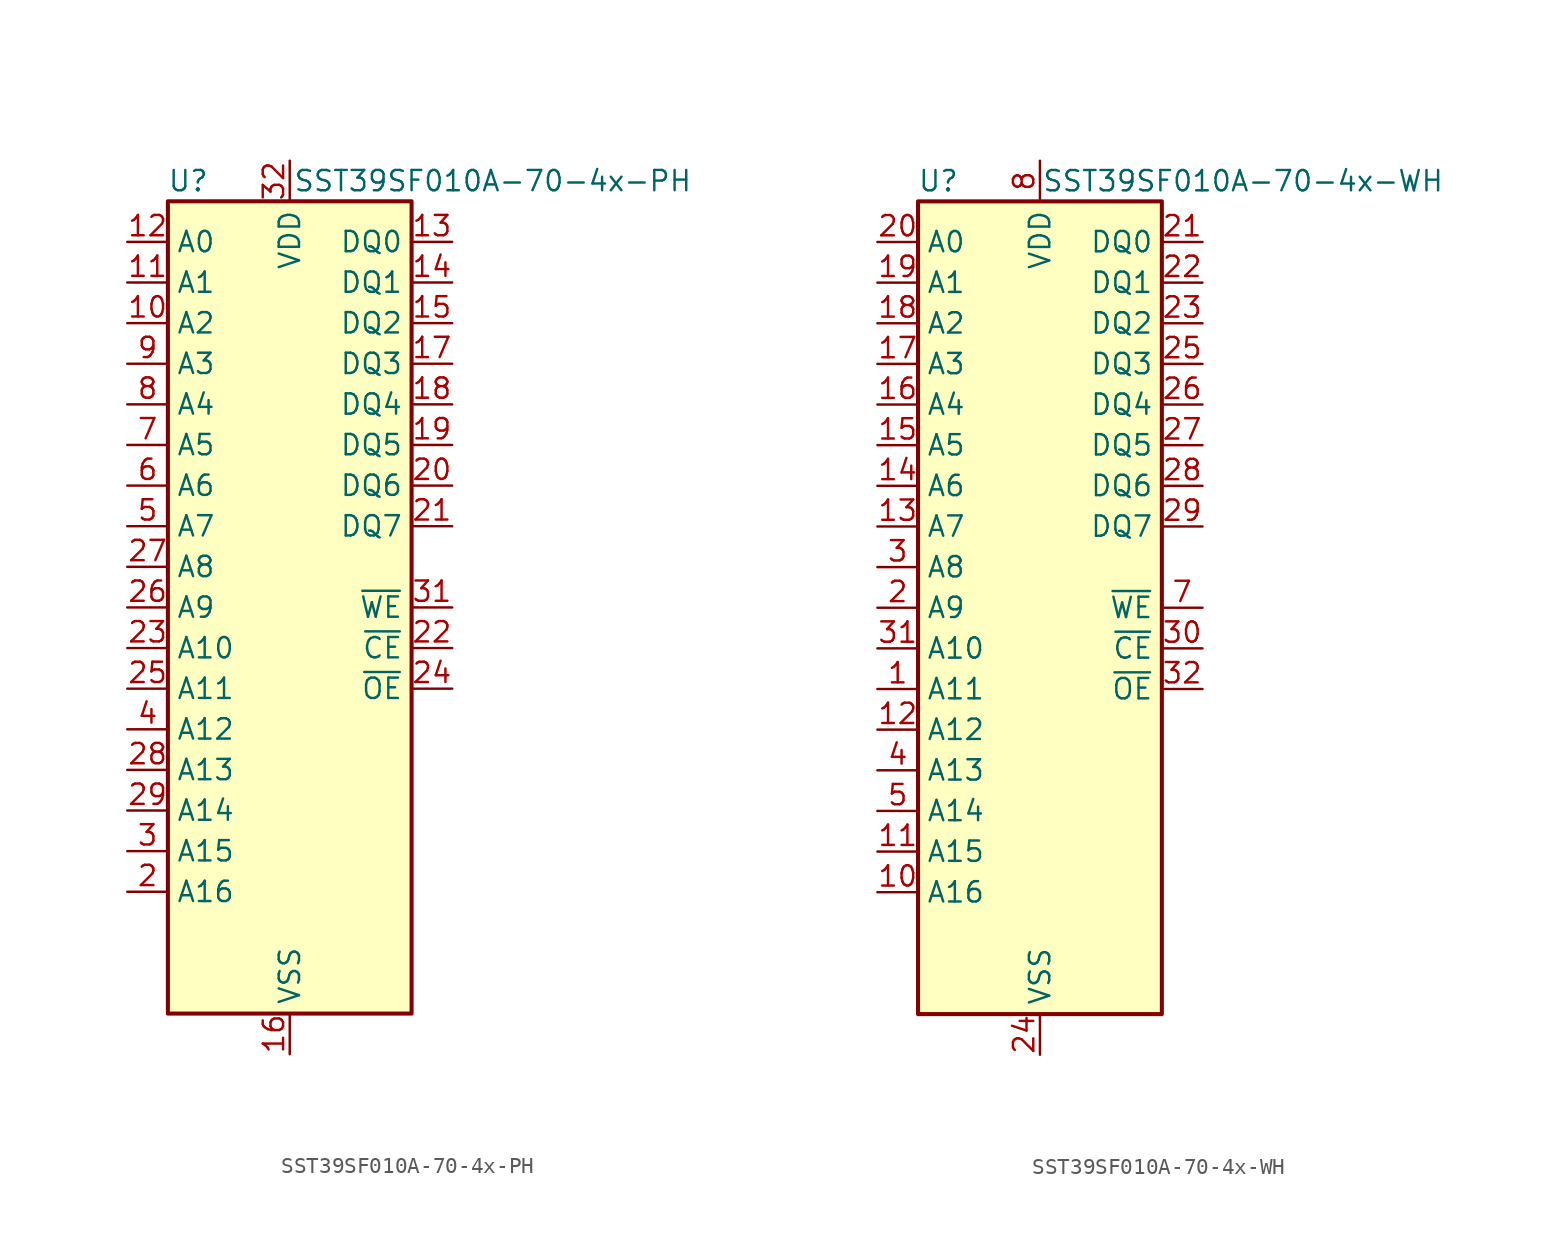
<source format=kicad_sym>
(kicad_symbol_lib
  (version 20241209)
  (generator "kicad_symbol_editor")
  (generator_version "9.0")
  (symbol "SST39SF010A-70-4x-PH"
    (property "Reference" "U"
      (at -6.35 26.67 0)
      (effects (font (size 1.27 1.27))))
    (property "Value" "SST39SF010A-70-4x-PH"
      (at 12.7 26.67 0)
      (effects (font (size 1.27 1.27))))
    (symbol "SST39SF010A-70-4x-PH_0_1"
      (rectangle (start -7.62 25.4) (end 7.62 -25.4) (stroke (width 0.254) (type default)) (fill (type background))))
    (symbol "SST39SF010A-70-4x-PH_1_1"
      (pin input line (at -10.16 22.86 0) (length 2.54) (name "A0" (effects (font (size 1.27 1.27)))) (number "12" (effects (font (size 1.27 1.27)))))
      (pin input line (at -10.16 20.32 0) (length 2.54) (name "A1" (effects (font (size 1.27 1.27)))) (number "11" (effects (font (size 1.27 1.27)))))
      (pin input line (at -10.16 17.78 0) (length 2.54) (name "A2" (effects (font (size 1.27 1.27)))) (number "10" (effects (font (size 1.27 1.27)))))
      (pin input line (at -10.16 15.24 0) (length 2.54) (name "A3" (effects (font (size 1.27 1.27)))) (number "9" (effects (font (size 1.27 1.27)))))
      (pin input line (at -10.16 12.7 0) (length 2.54) (name "A4" (effects (font (size 1.27 1.27)))) (number "8" (effects (font (size 1.27 1.27)))))
      (pin input line (at -10.16 10.16 0) (length 2.54) (name "A5" (effects (font (size 1.27 1.27)))) (number "7" (effects (font (size 1.27 1.27)))))
      (pin input line (at -10.16 7.62 0) (length 2.54) (name "A6" (effects (font (size 1.27 1.27)))) (number "6" (effects (font (size 1.27 1.27)))))
      (pin input line (at -10.16 5.08 0) (length 2.54) (name "A7" (effects (font (size 1.27 1.27)))) (number "5" (effects (font (size 1.27 1.27)))))
      (pin input line (at -10.16 2.54 0) (length 2.54) (name "A8" (effects (font (size 1.27 1.27)))) (number "27" (effects (font (size 1.27 1.27)))))
      (pin input line (at -10.16 0 0) (length 2.54) (name "A9" (effects (font (size 1.27 1.27)))) (number "26" (effects (font (size 1.27 1.27)))))
      (pin input line (at -10.16 -2.54 0) (length 2.54) (name "A10" (effects (font (size 1.27 1.27)))) (number "23" (effects (font (size 1.27 1.27)))))
      (pin input line (at -10.16 -5.08 0) (length 2.54) (name "A11" (effects (font (size 1.27 1.27)))) (number "25" (effects (font (size 1.27 1.27)))))
      (pin input line (at -10.16 -7.62 0) (length 2.54) (name "A12" (effects (font (size 1.27 1.27)))) (number "4" (effects (font (size 1.27 1.27)))))
      (pin input line (at -10.16 -10.16 0) (length 2.54) (name "A13" (effects (font (size 1.27 1.27)))) (number "28" (effects (font (size 1.27 1.27)))))
      (pin input line (at -10.16 -12.7 0) (length 2.54) (name "A14" (effects (font (size 1.27 1.27)))) (number "29" (effects (font (size 1.27 1.27)))))
      (pin input line (at -10.16 -15.24 0) (length 2.54) (name "A15" (effects (font (size 1.27 1.27)))) (number "3" (effects (font (size 1.27 1.27)))))
      (pin input line (at -10.16 -17.78 0) (length 2.54) (name "A16" (effects (font (size 1.27 1.27)))) (number "2" (effects (font (size 1.27 1.27)))))
      (pin no_connect line (at -7.62 -20.32 0) (length 2.54) (hide yes) (name "NC" (effects (font (size 1.27 1.27)))) (number "30" (effects (font (size 1.27 1.27)))))
      (pin no_connect line (at -7.62 -22.86 0) (length 2.54) (hide yes) (name "NC" (effects (font (size 1.27 1.27)))) (number "1" (effects (font (size 1.27 1.27)))))
      (pin power_in line (at 0 27.94 270) (length 2.54) (name "VDD" (effects (font (size 1.27 1.27)))) (number "32" (effects (font (size 1.27 1.27)))))
      (pin power_in line (at 0 -27.94 90) (length 2.54) (name "VSS" (effects (font (size 1.27 1.27)))) (number "16" (effects (font (size 1.27 1.27)))))
      (pin bidirectional line (at 10.16 22.86 180) (length 2.54) (name "DQ0" (effects (font (size 1.27 1.27)))) (number "13" (effects (font (size 1.27 1.27)))))
      (pin bidirectional line (at 10.16 20.32 180) (length 2.54) (name "DQ1" (effects (font (size 1.27 1.27)))) (number "14" (effects (font (size 1.27 1.27)))))
      (pin bidirectional line (at 10.16 17.78 180) (length 2.54) (name "DQ2" (effects (font (size 1.27 1.27)))) (number "15" (effects (font (size 1.27 1.27)))))
      (pin bidirectional line (at 10.16 15.24 180) (length 2.54) (name "DQ3" (effects (font (size 1.27 1.27)))) (number "17" (effects (font (size 1.27 1.27)))))
      (pin bidirectional line (at 10.16 12.7 180) (length 2.54) (name "DQ4" (effects (font (size 1.27 1.27)))) (number "18" (effects (font (size 1.27 1.27)))))
      (pin bidirectional line (at 10.16 10.16 180) (length 2.54) (name "DQ5" (effects (font (size 1.27 1.27)))) (number "19" (effects (font (size 1.27 1.27)))))
      (pin bidirectional line (at 10.16 7.62 180) (length 2.54) (name "DQ6" (effects (font (size 1.27 1.27)))) (number "20" (effects (font (size 1.27 1.27)))))
      (pin bidirectional line (at 10.16 5.08 180) (length 2.54) (name "DQ7" (effects (font (size 1.27 1.27)))) (number "21" (effects (font (size 1.27 1.27)))))
      (pin input line (at 10.16 0 180) (length 2.54) (name "~{WE}" (effects (font (size 1.27 1.27)))) (number "31" (effects (font (size 1.27 1.27)))))
      (pin input line (at 10.16 -2.54 180) (length 2.54) (name "~{CE}" (effects (font (size 1.27 1.27)))) (number "22" (effects (font (size 1.27 1.27)))))
      (pin input line (at 10.16 -5.08 180) (length 2.54) (name "~{OE}" (effects (font (size 1.27 1.27)))) (number "24" (effects (font (size 1.27 1.27)))))))
  (symbol "SST39SF010A-70-4x-WH"
    (property "Reference" "U"
      (at -6.35 26.67 0)
      (effects (font (size 1.27 1.27))))
    (property "Value" "SST39SF010A-70-4x-WH"
      (at 12.7 26.67 0)
      (effects (font (size 1.27 1.27))))
    (symbol "SST39SF010A-70-4x-WH_0_1"
      (rectangle (start -7.62 25.4) (end 7.62 -25.4) (stroke (width 0.254) (type default)) (fill (type background))))
    (symbol "SST39SF010A-70-4x-WH_1_1"
      (pin input line (at -10.16 22.86 0) (length 2.54) (name "A0" (effects (font (size 1.27 1.27)))) (number "20" (effects (font (size 1.27 1.27)))))
      (pin input line (at -10.16 20.32 0) (length 2.54) (name "A1" (effects (font (size 1.27 1.27)))) (number "19" (effects (font (size 1.27 1.27)))))
      (pin input line (at -10.16 17.78 0) (length 2.54) (name "A2" (effects (font (size 1.27 1.27)))) (number "18" (effects (font (size 1.27 1.27)))))
      (pin input line (at -10.16 15.24 0) (length 2.54) (name "A3" (effects (font (size 1.27 1.27)))) (number "17" (effects (font (size 1.27 1.27)))))
      (pin input line (at -10.16 12.7 0) (length 2.54) (name "A4" (effects (font (size 1.27 1.27)))) (number "16" (effects (font (size 1.27 1.27)))))
      (pin input line (at -10.16 10.16 0) (length 2.54) (name "A5" (effects (font (size 1.27 1.27)))) (number "15" (effects (font (size 1.27 1.27)))))
      (pin input line (at -10.16 7.62 0) (length 2.54) (name "A6" (effects (font (size 1.27 1.27)))) (number "14" (effects (font (size 1.27 1.27)))))
      (pin input line (at -10.16 5.08 0) (length 2.54) (name "A7" (effects (font (size 1.27 1.27)))) (number "13" (effects (font (size 1.27 1.27)))))
      (pin input line (at -10.16 2.54 0) (length 2.54) (name "A8" (effects (font (size 1.27 1.27)))) (number "3" (effects (font (size 1.27 1.27)))))
      (pin input line (at -10.16 0 0) (length 2.54) (name "A9" (effects (font (size 1.27 1.27)))) (number "2" (effects (font (size 1.27 1.27)))))
      (pin input line (at -10.16 -2.54 0) (length 2.54) (name "A10" (effects (font (size 1.27 1.27)))) (number "31" (effects (font (size 1.27 1.27)))))
      (pin input line (at -10.16 -5.08 0) (length 2.54) (name "A11" (effects (font (size 1.27 1.27)))) (number "1" (effects (font (size 1.27 1.27)))))
      (pin input line (at -10.16 -7.62 0) (length 2.54) (name "A12" (effects (font (size 1.27 1.27)))) (number "12" (effects (font (size 1.27 1.27)))))
      (pin input line (at -10.16 -10.16 0) (length 2.54) (name "A13" (effects (font (size 1.27 1.27)))) (number "4" (effects (font (size 1.27 1.27)))))
      (pin input line (at -10.16 -12.7 0) (length 2.54) (name "A14" (effects (font (size 1.27 1.27)))) (number "5" (effects (font (size 1.27 1.27)))))
      (pin input line (at -10.16 -15.24 0) (length 2.54) (name "A15" (effects (font (size 1.27 1.27)))) (number "11" (effects (font (size 1.27 1.27)))))
      (pin input line (at -10.16 -17.78 0) (length 2.54) (name "A16" (effects (font (size 1.27 1.27)))) (number "10" (effects (font (size 1.27 1.27)))))
      (pin no_connect line (at -7.62 -20.32 0) (length 2.54) (hide yes) (name "NC" (effects (font (size 1.27 1.27)))) (number "6" (effects (font (size 1.27 1.27)))))
      (pin no_connect line (at -7.62 -22.86 0) (length 2.54) (hide yes) (name "NC" (effects (font (size 1.27 1.27)))) (number "9" (effects (font (size 1.27 1.27)))))
      (pin power_in line (at 0 27.94 270) (length 2.54) (name "VDD" (effects (font (size 1.27 1.27)))) (number "8" (effects (font (size 1.27 1.27)))))
      (pin power_in line (at 0 -27.94 90) (length 2.54) (name "VSS" (effects (font (size 1.27 1.27)))) (number "24" (effects (font (size 1.27 1.27)))))
      (pin bidirectional line (at 10.16 22.86 180) (length 2.54) (name "DQ0" (effects (font (size 1.27 1.27)))) (number "21" (effects (font (size 1.27 1.27)))))
      (pin bidirectional line (at 10.16 20.32 180) (length 2.54) (name "DQ1" (effects (font (size 1.27 1.27)))) (number "22" (effects (font (size 1.27 1.27)))))
      (pin bidirectional line (at 10.16 17.78 180) (length 2.54) (name "DQ2" (effects (font (size 1.27 1.27)))) (number "23" (effects (font (size 1.27 1.27)))))
      (pin bidirectional line (at 10.16 15.24 180) (length 2.54) (name "DQ3" (effects (font (size 1.27 1.27)))) (number "25" (effects (font (size 1.27 1.27)))))
      (pin bidirectional line (at 10.16 12.7 180) (length 2.54) (name "DQ4" (effects (font (size 1.27 1.27)))) (number "26" (effects (font (size 1.27 1.27)))))
      (pin bidirectional line (at 10.16 10.16 180) (length 2.54) (name "DQ5" (effects (font (size 1.27 1.27)))) (number "27" (effects (font (size 1.27 1.27)))))
      (pin bidirectional line (at 10.16 7.62 180) (length 2.54) (name "DQ6" (effects (font (size 1.27 1.27)))) (number "28" (effects (font (size 1.27 1.27)))))
      (pin bidirectional line (at 10.16 5.08 180) (length 2.54) (name "DQ7" (effects (font (size 1.27 1.27)))) (number "29" (effects (font (size 1.27 1.27)))))
      (pin input line (at 10.16 0 180) (length 2.54) (name "~{WE}" (effects (font (size 1.27 1.27)))) (number "7" (effects (font (size 1.27 1.27)))))
      (pin input line (at 10.16 -2.54 180) (length 2.54) (name "~{CE}" (effects (font (size 1.27 1.27)))) (number "30" (effects (font (size 1.27 1.27)))))
      (pin input line (at 10.16 -5.08 180) (length 2.54) (name "~{OE}" (effects (font (size 1.27 1.27)))) (number "32" (effects (font (size 1.27 1.27))))))))
</source>
